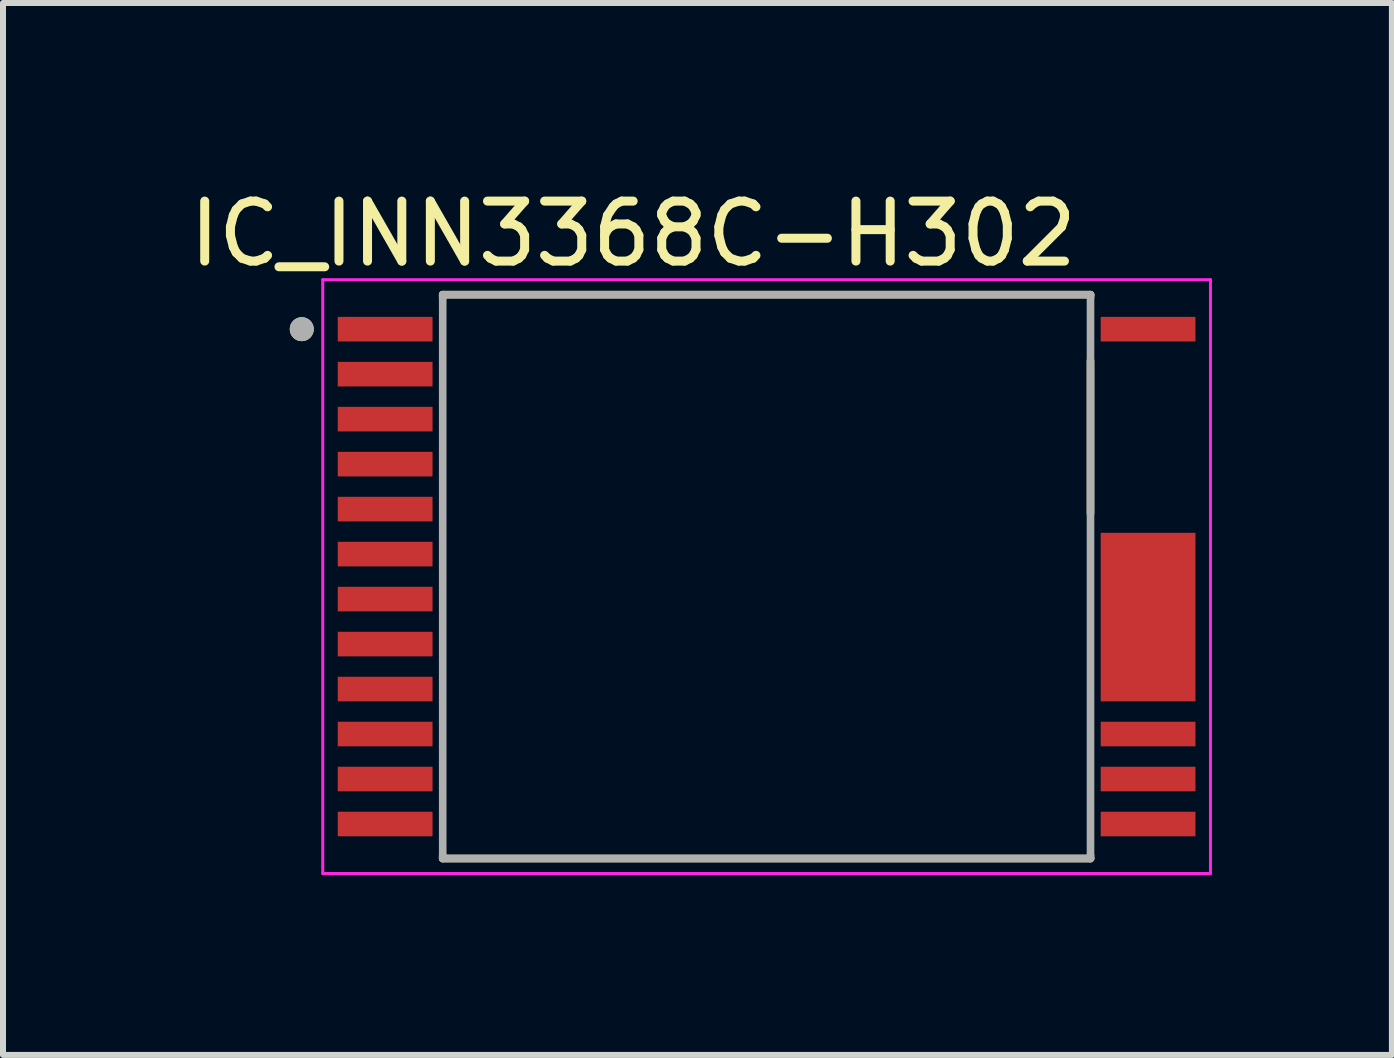
<source format=kicad_pcb>
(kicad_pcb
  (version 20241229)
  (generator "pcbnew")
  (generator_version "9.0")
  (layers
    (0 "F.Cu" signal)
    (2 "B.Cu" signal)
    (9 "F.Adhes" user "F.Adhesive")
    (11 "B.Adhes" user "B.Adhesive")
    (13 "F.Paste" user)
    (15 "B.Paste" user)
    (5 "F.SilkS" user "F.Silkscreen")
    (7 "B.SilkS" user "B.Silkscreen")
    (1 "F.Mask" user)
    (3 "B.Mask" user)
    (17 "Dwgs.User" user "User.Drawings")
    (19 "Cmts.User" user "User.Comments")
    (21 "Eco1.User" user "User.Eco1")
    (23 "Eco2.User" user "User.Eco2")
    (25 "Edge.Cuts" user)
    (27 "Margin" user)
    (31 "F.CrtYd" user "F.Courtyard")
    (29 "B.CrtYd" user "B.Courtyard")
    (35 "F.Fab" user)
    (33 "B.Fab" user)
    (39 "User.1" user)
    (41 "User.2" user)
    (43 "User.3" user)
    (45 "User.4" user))
  (footprint "IC_INN3368C-H302"
    (layer "F.Cu")
    (at 9.731 6.563)
    (property "Reference" "IC_INN3368C-H302" (at -2.225 -5.715 0) (layer "F.SilkS") (effects (font (size 1 1) (thickness 0.15))))
    (attr smd)
    (fp_line (start -5.4 -4.7) (end 5.4 -4.7) (stroke (width 0.127) (type solid)) (layer "F.SilkS"))
    (fp_line (start -5.4 -4.65) (end -5.4 -4.7) (stroke (width 0.127) (type solid)) (layer "F.SilkS"))
    (fp_line (start -5.4 4.7) (end -5.4 4.65) (stroke (width 0.127) (type solid)) (layer "F.SilkS"))
    (fp_line (start 5.4 -4.7) (end 5.4 -4.65) (stroke (width 0.127) (type solid)) (layer "F.SilkS"))
    (fp_line (start 5.4 -3.6) (end 5.4 -1.05) (stroke (width 0.127) (type solid)) (layer "F.SilkS"))
    (fp_line (start 5.4 4.7) (end -5.4 4.7) (stroke (width 0.127) (type solid)) (layer "F.SilkS"))
    (fp_line (start 5.4 4.7) (end 5.4 4.65) (stroke (width 0.127) (type solid)) (layer "F.SilkS"))
    (fp_circle (center -7.75 -4.125) (end -7.65 -4.125) (stroke (width 0.2) (type solid)) (fill no) (layer "F.SilkS"))
    (fp_line (start -7.4 -4.95) (end -7.4 4.95) (stroke (width 0.05) (type solid)) (layer "F.CrtYd"))
    (fp_line (start -7.4 4.95) (end 7.4 4.95) (stroke (width 0.05) (type solid)) (layer "F.CrtYd"))
    (fp_line (start 7.4 -4.95) (end -7.4 -4.95) (stroke (width 0.05) (type solid)) (layer "F.CrtYd"))
    (fp_line (start 7.4 4.95) (end 7.4 -4.95) (stroke (width 0.05) (type solid)) (layer "F.CrtYd"))
    (fp_line (start -5.4 -4.7) (end 5.4 -4.7) (stroke (width 0.127) (type solid)) (layer "F.Fab"))
    (fp_line (start -5.4 4.7) (end -5.4 -4.7) (stroke (width 0.127) (type solid)) (layer "F.Fab"))
    (fp_line (start 5.4 -4.7) (end 5.4 4.7) (stroke (width 0.127) (type solid)) (layer "F.Fab"))
    (fp_line (start 5.4 4.7) (end -5.4 4.7) (stroke (width 0.127) (type solid)) (layer "F.Fab"))
    (fp_circle (center -7.75 -4.125) (end -7.65 -4.125) (stroke (width 0.2) (type solid)) (fill no) (layer "F.Fab"))
    (pad "1" smd rect (at -6.36 -4.125) (size 1.58 0.41) (layers "F.Cu" "F.Mask" "F.Paste"))
    (pad "2" smd rect (at -6.36 -3.375) (size 1.58 0.41) (layers "F.Cu" "F.Mask" "F.Paste"))
    (pad "3" smd rect (at -6.36 -2.625) (size 1.58 0.41) (layers "F.Cu" "F.Mask" "F.Paste"))
    (pad "4" smd rect (at -6.36 -1.875) (size 1.58 0.41) (layers "F.Cu" "F.Mask" "F.Paste"))
    (pad "5" smd rect (at -6.36 -1.125) (size 1.58 0.41) (layers "F.Cu" "F.Mask" "F.Paste"))
    (pad "6" smd rect (at -6.36 -0.375) (size 1.58 0.41) (layers "F.Cu" "F.Mask" "F.Paste"))
    (pad "7" smd rect (at -6.36 0.375) (size 1.58 0.41) (layers "F.Cu" "F.Mask" "F.Paste"))
    (pad "8" smd rect (at -6.36 1.125) (size 1.58 0.41) (layers "F.Cu" "F.Mask" "F.Paste"))
    (pad "9" smd rect (at -6.36 1.875) (size 1.58 0.41) (layers "F.Cu" "F.Mask" "F.Paste"))
    (pad "10" smd rect (at -6.36 2.625) (size 1.58 0.41) (layers "F.Cu" "F.Mask" "F.Paste"))
    (pad "11" smd rect (at -6.36 3.375) (size 1.58 0.41) (layers "F.Cu" "F.Mask" "F.Paste"))
    (pad "12" smd rect (at -6.36 4.125) (size 1.58 0.41) (layers "F.Cu" "F.Mask" "F.Paste"))
    (pad "13" smd rect (at 6.36 4.125) (size 1.58 0.41) (layers "F.Cu" "F.Mask" "F.Paste"))
    (pad "14" smd rect (at 6.36 3.375) (size 1.58 0.41) (layers "F.Cu" "F.Mask" "F.Paste"))
    (pad "15" smd rect (at 6.36 2.625) (size 1.58 0.41) (layers "F.Cu" "F.Mask" "F.Paste"))
    (pad "16_19" smd rect (at 6.36 0.675) (size 1.58 2.81) (layers "F.Cu" "F.Mask" "F.Paste"))
    (pad "24" smd rect (at 6.36 -4.125) (size 1.58 0.41) (layers "F.Cu" "F.Mask" "F.Paste")))
  (gr_rect
    (start -3 -3)
    (end 20.156 14.538)
    (stroke (width 0.1) (type default))
    (fill no)
    (layer "Edge.Cuts")))
</source>
